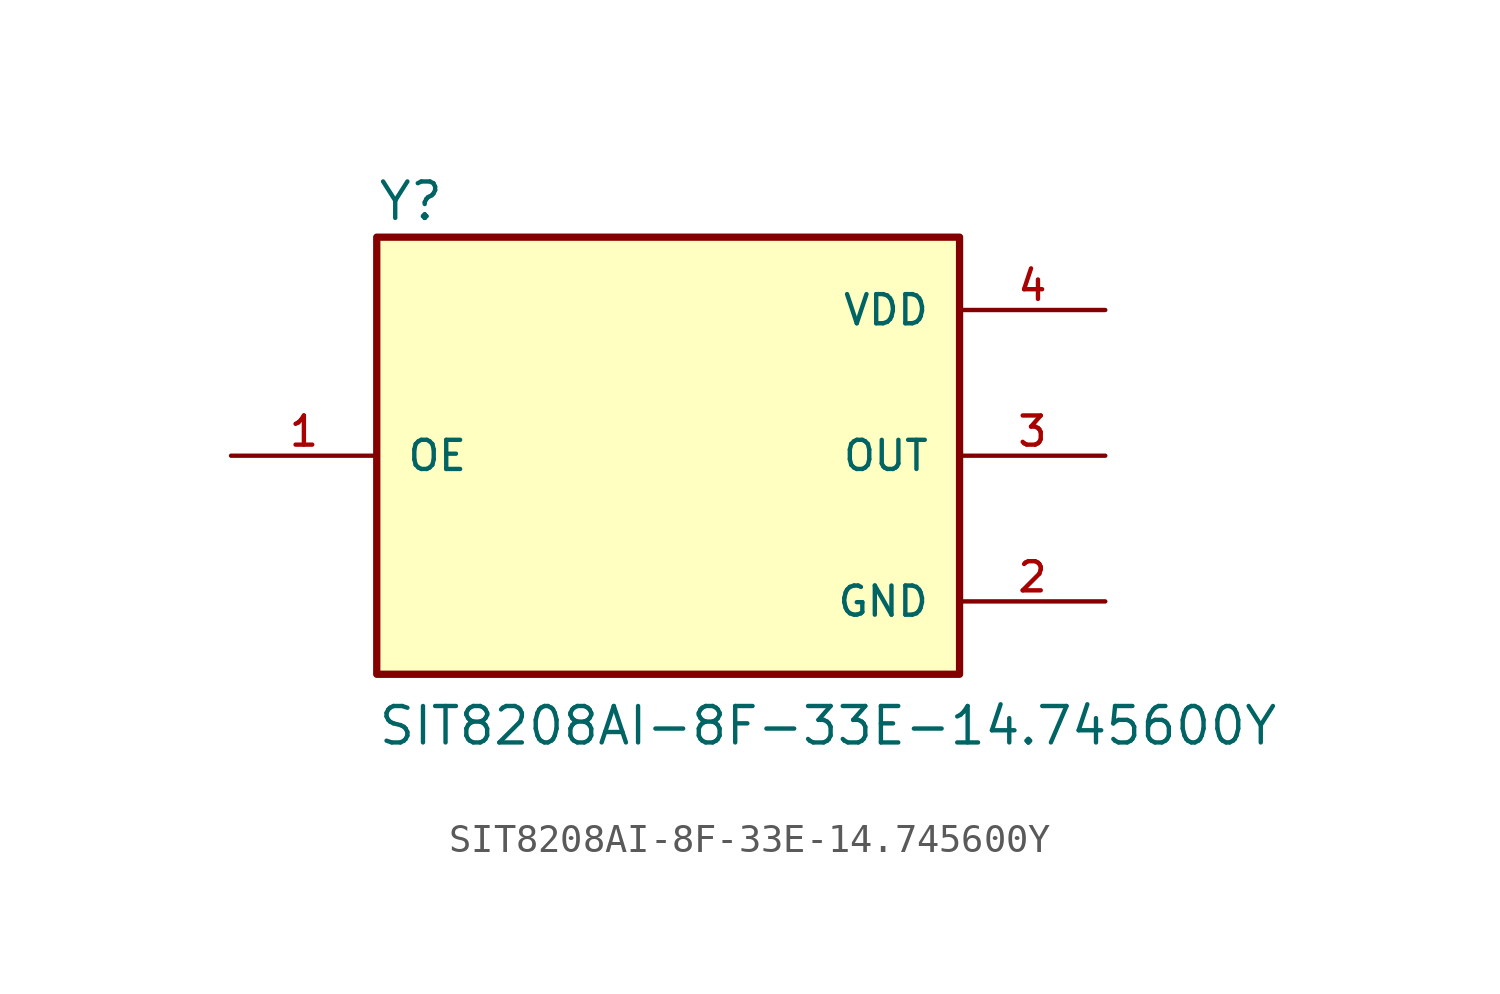
<source format=kicad_sym>
(kicad_symbol_lib
  (version 20211014)
  (generator kicad_symbol_editor)
  (symbol "SIT8208AI-8F-33E-14.745600Y"
    (pin_names
      (offset 1.016))
    (property "Reference" "Y"
      (at -10.16 8.128 0)
      (effects (font (size 1.27 1.27)) (justify bottom left)))
    (property "Value" "SIT8208AI-8F-33E-14.745600Y"
      (at -10.16 -10.16 0)
      (effects (font (size 1.27 1.27)) (justify bottom left)))
    (symbol "SIT8208AI-8F-33E-14.745600Y_0_0"
      (rectangle (start -10.16 -7.62) (end 10.16 7.62) (stroke (width 0.254)) (fill (type background)))
      (pin power_in line (at 15.24 5.08 180.0) (length 5.08) (name "VDD" (effects (font (size 1.016 1.016)))) (number "4" (effects (font (size 1.016 1.016)))))
      (pin power_in line (at 15.24 -5.08 180.0) (length 5.08) (name "GND" (effects (font (size 1.016 1.016)))) (number "2" (effects (font (size 1.016 1.016)))))
      (pin output line (at 15.24 0.0 180.0) (length 5.08) (name "OUT" (effects (font (size 1.016 1.016)))) (number "3" (effects (font (size 1.016 1.016)))))
      (pin input line (at -15.24 0.0 0) (length 5.08) (name "OE" (effects (font (size 1.016 1.016)))) (number "1" (effects (font (size 1.016 1.016))))))))
</source>
